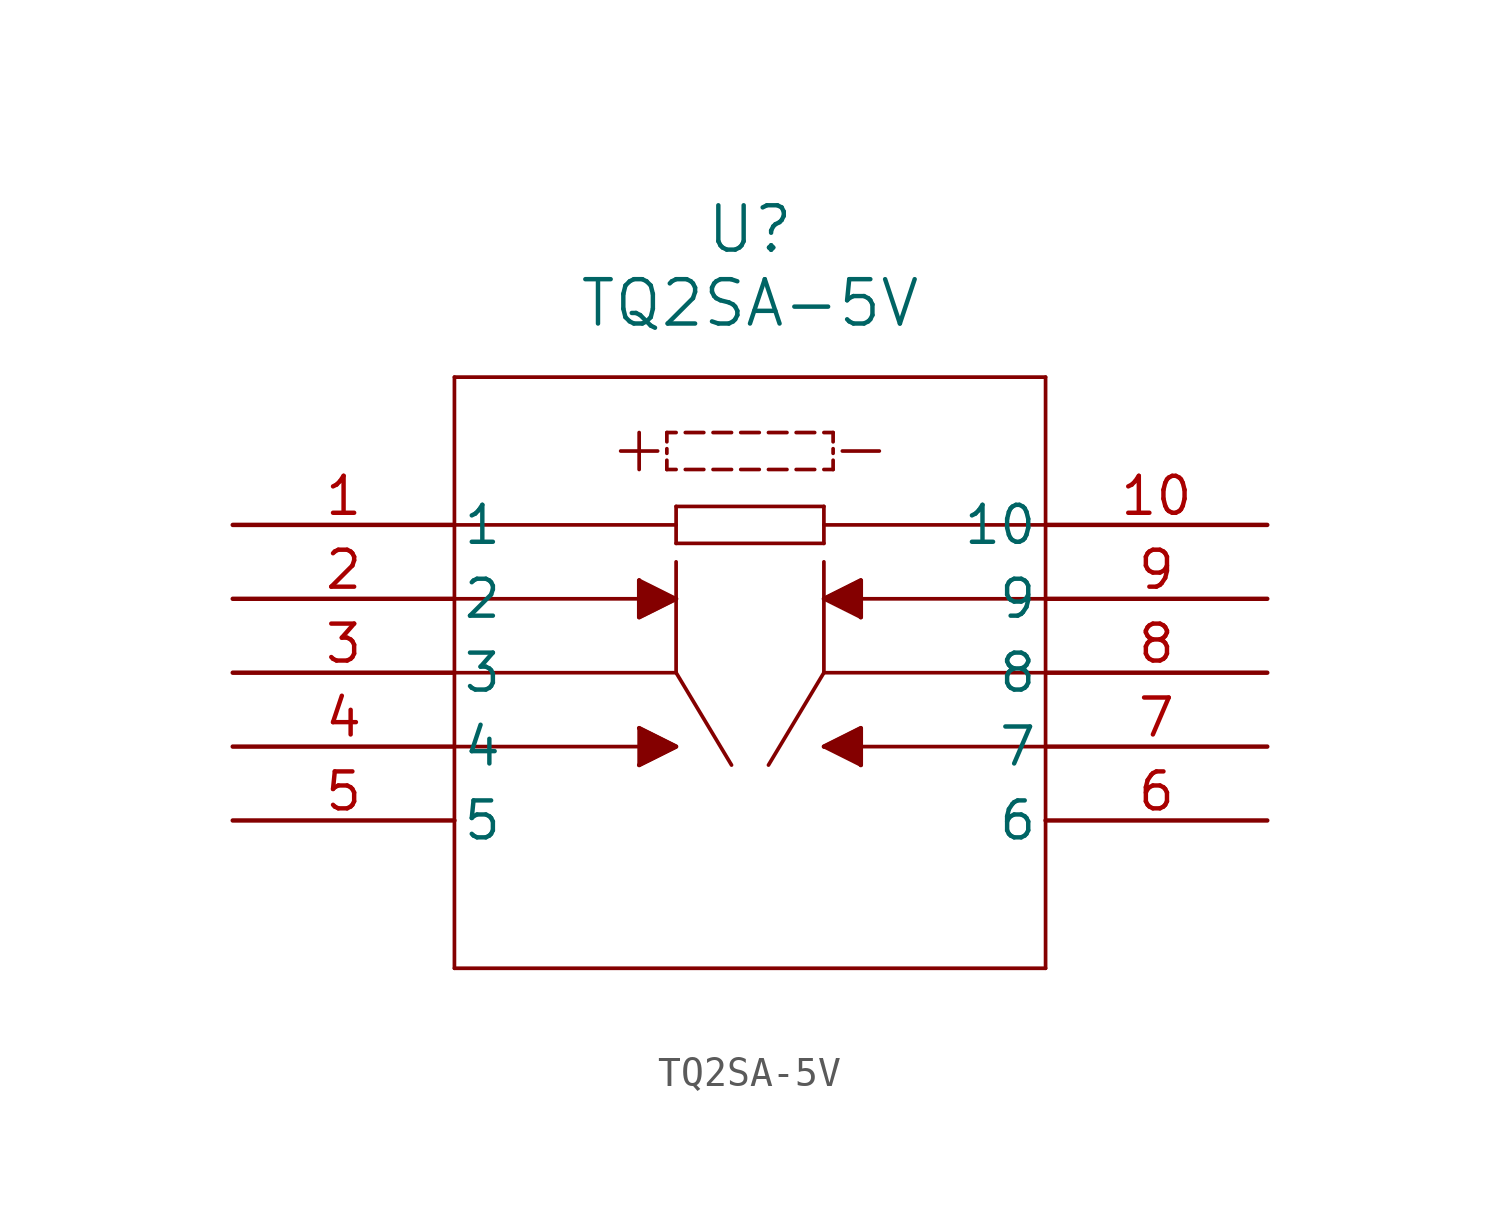
<source format=kicad_sym>
(kicad_symbol_lib
  (version 20211014)
  (generator kicad_symbol_editor)
  (symbol "TQ2SA-5V"
    (pin_names
      (offset 0.254))
    (property "Reference" "U"
      (at 17.78 10.16 0)
      (effects (font (size 1.524 1.524))))
    (property "Value" "TQ2SA-5V"
      (at 17.78 7.62 0)
      (effects (font (size 1.524 1.524))))
    (symbol "TQ2SA-5V_0_1"
      (polyline (pts (xy 7.62 5.08) (xy 7.62 -15.24)) (stroke (width 0.127) (type default) (color 0 0 0 0)) (fill (type none)))
      (polyline (pts (xy 7.62 -15.24) (xy 27.94 -15.24)) (stroke (width 0.127) (type default) (color 0 0 0 0)) (fill (type none)))
      (polyline (pts (xy 27.94 -15.24) (xy 27.94 5.08)) (stroke (width 0.127) (type default) (color 0 0 0 0)) (fill (type none)))
      (polyline (pts (xy 27.94 5.08) (xy 7.62 5.08)) (stroke (width 0.127) (type default) (color 0 0 0 0)) (fill (type none)))
      (polyline (pts (xy 15.24 0.635) (xy 15.24 -0.635)) (stroke (width 0.127) (type default) (color 0 0 0 0)) (fill (type none)))
      (polyline (pts (xy 15.24 0.635) (xy 20.32 0.635)) (stroke (width 0.127) (type default) (color 0 0 0 0)) (fill (type none)))
      (polyline (pts (xy 20.32 0.635) (xy 20.32 -0.635)) (stroke (width 0.127) (type default) (color 0 0 0 0)) (fill (type none)))
      (polyline (pts (xy 20.32 -0.635) (xy 15.24 -0.635)) (stroke (width 0.127) (type default) (color 0 0 0 0)) (fill (type none)))
      (polyline (pts (xy 15.24 -2.54) (xy 13.97 -1.905)) (stroke (width 0.127) (type default) (color 0 0 0 0)) (fill (type none)))
      (polyline (pts (xy 15.24 -2.54) (xy 13.97 -3.175)) (stroke (width 0.127) (type default) (color 0 0 0 0)) (fill (type none)))
      (polyline (pts (xy 13.97 -1.905) (xy 13.97 -3.175)) (stroke (width 0.127) (type default) (color 0 0 0 0)) (fill (type none)))
      (polyline (pts (xy 15.24 -1.27) (xy 15.24 -5.08)) (stroke (width 0.127) (type default) (color 0 0 0 0)) (fill (type none)))
      (polyline (pts (xy 20.32 -1.27) (xy 20.32 -5.08)) (stroke (width 0.127) (type default) (color 0 0 0 0)) (fill (type none)))
      (polyline (pts (xy 20.32 -2.54) (xy 21.59 -1.905)) (stroke (width 0.127) (type default) (color 0 0 0 0)) (fill (type none)))
      (polyline (pts (xy 20.32 -2.54) (xy 21.59 -3.175)) (stroke (width 0.127) (type default) (color 0 0 0 0)) (fill (type none)))
      (polyline (pts (xy 21.59 -1.905) (xy 21.59 -3.175)) (stroke (width 0.127) (type default) (color 0 0 0 0)) (fill (type none)))
      (polyline (pts (xy 15.24 -7.62) (xy 13.97 -6.985)) (stroke (width 0.127) (type default) (color 0 0 0 0)) (fill (type none)))
      (polyline (pts (xy 13.97 -8.255) (xy 15.24 -7.62)) (stroke (width 0.127) (type default) (color 0 0 0 0)) (fill (type none)))
      (polyline (pts (xy 13.97 -6.985) (xy 13.97 -8.255)) (stroke (width 0.127) (type default) (color 0 0 0 0)) (fill (type none)))
      (polyline (pts (xy 20.32 -7.62) (xy 21.59 -6.985)) (stroke (width 0.127) (type default) (color 0 0 0 0)) (fill (type none)))
      (polyline (pts (xy 21.59 -6.985) (xy 21.59 -8.255)) (stroke (width 0.127) (type default) (color 0 0 0 0)) (fill (type none)))
      (polyline (pts (xy 21.59 -8.255) (xy 20.32 -7.62)) (stroke (width 0.127) (type default) (color 0 0 0 0)) (fill (type none)))
      (polyline (pts (xy 15.24 -5.08) (xy 17.145 -8.255)) (stroke (width 0.127) (type default) (color 0 0 0 0)) (fill (type none)))
      (polyline (pts (xy 18.415 -8.255) (xy 20.32 -5.08)) (stroke (width 0.127) (type default) (color 0 0 0 0)) (fill (type none)))
      (polyline (pts (xy 20.32 -5.08) (xy 27.94 -5.08)) (stroke (width 0.127) (type default) (color 0 0 0 0)) (fill (type none)))
      (polyline (pts (xy 15.24 -5.08) (xy 7.62 -5.08)) (stroke (width 0.127) (type default) (color 0 0 0 0)) (fill (type none)))
      (polyline (pts (xy 13.97 -2.54) (xy 7.62 -2.54)) (stroke (width 0.127) (type default) (color 0 0 0 0)) (fill (type none)))
      (polyline (pts (xy 21.59 -2.54) (xy 27.94 -2.54)) (stroke (width 0.127) (type default) (color 0 0 0 0)) (fill (type none)))
      (polyline (pts (xy 21.59 -7.62) (xy 27.94 -7.62)) (stroke (width 0.127) (type default) (color 0 0 0 0)) (fill (type none)))
      (polyline (pts (xy 13.97 -7.62) (xy 7.62 -7.62)) (stroke (width 0.127) (type default) (color 0 0 0 0)) (fill (type none)))
      (polyline (pts (xy 7.62 0) (xy 15.24 0)) (stroke (width 0.127) (type default) (color 0 0 0 0)) (fill (type none)))
      (polyline (pts (xy 20.32 0) (xy 27.94 0)) (stroke (width 0.127) (type default) (color 0 0 0 0)) (fill (type none)))
      (polyline (pts (xy 13.97 -1.905) (xy 13.97 -3.175) (xy 15.24 -2.54)) (stroke (width 0) (type default) (color 0 0 0 0)) (fill (type outline)))
      (polyline (pts (xy 20.32 -2.54) (xy 21.59 -1.905) (xy 21.59 -3.175)) (stroke (width 0) (type default) (color 0 0 0 0)) (fill (type outline)))
      (polyline (pts (xy 22.86 -5.08)) (stroke (width 0) (type default) (color 0 0 0 0)) (fill (type outline)))
      (polyline (pts (xy 20.32 -7.62) (xy 21.59 -6.985) (xy 21.59 -8.255)) (stroke (width 0) (type default) (color 0 0 0 0)) (fill (type outline)))
      (polyline (pts (xy 13.97 -6.985) (xy 15.24 -7.62) (xy 13.97 -8.255)) (stroke (width 0) (type default) (color 0 0 0 0)) (fill (type outline)))
      (polyline (pts (xy 13.97 1.905) (xy 13.97 3.175)) (stroke (width 0.127) (type default) (color 0 0 0 0)) (fill (type none)))
      (polyline (pts (xy 13.335 2.54) (xy 14.605 2.54)) (stroke (width 0.127) (type default) (color 0 0 0 0)) (fill (type none)))
      (polyline (pts (xy 20.955 2.54) (xy 22.225 2.54)) (stroke (width 0.127) (type default) (color 0 0 0 0)) (fill (type none)))
      (polyline (pts (xy 15.24 3.175) (xy 14.922 3.175)) (stroke (width 0.127) (type default) (color 0 0 0 0)) (fill (type none)))
      (polyline (pts (xy 14.922 2.857) (xy 14.922 3.175)) (stroke (width 0.127) (type default) (color 0 0 0 0)) (fill (type none)))
      (polyline (pts (xy 15.24 1.905) (xy 14.922 1.905)) (stroke (width 0.127) (type default) (color 0 0 0 0)) (fill (type none)))
      (polyline (pts (xy 14.922 2.223) (xy 14.922 1.905)) (stroke (width 0.127) (type default) (color 0 0 0 0)) (fill (type none)))
      (polyline (pts (xy 20.637 2.223) (xy 20.637 1.905)) (stroke (width 0.127) (type default) (color 0 0 0 0)) (fill (type none)))
      (polyline (pts (xy 20.32 1.905) (xy 20.637 1.905)) (stroke (width 0.127) (type default) (color 0 0 0 0)) (fill (type none)))
      (polyline (pts (xy 20.32 3.175) (xy 20.637 3.175)) (stroke (width 0.127) (type default) (color 0 0 0 0)) (fill (type none)))
      (polyline (pts (xy 20.637 3.175) (xy 20.637 2.857)) (stroke (width 0.127) (type default) (color 0 0 0 0)) (fill (type none)))
      (polyline (pts (xy 15.557 3.175) (xy 16.192 3.175)) (stroke (width 0.127) (type default) (color 0 0 0 0)) (fill (type none)))
      (polyline (pts (xy 20.003 3.175) (xy 19.367 3.175)) (stroke (width 0.127) (type default) (color 0 0 0 0)) (fill (type none)))
      (polyline (pts (xy 19.05 3.175) (xy 18.415 3.175)) (stroke (width 0.127) (type default) (color 0 0 0 0)) (fill (type none)))
      (polyline (pts (xy 16.51 3.175) (xy 17.145 3.175)) (stroke (width 0.127) (type default) (color 0 0 0 0)) (fill (type none)))
      (polyline (pts (xy 17.462 3.175) (xy 18.098 3.175)) (stroke (width 0.127) (type default) (color 0 0 0 0)) (fill (type none)))
      (polyline (pts (xy 15.557 1.905) (xy 16.192 1.905)) (stroke (width 0.127) (type default) (color 0 0 0 0)) (fill (type none)))
      (polyline (pts (xy 16.51 1.905) (xy 17.145 1.905)) (stroke (width 0.127) (type default) (color 0 0 0 0)) (fill (type none)))
      (polyline (pts (xy 17.462 1.905) (xy 18.098 1.905)) (stroke (width 0.127) (type default) (color 0 0 0 0)) (fill (type none)))
      (polyline (pts (xy 18.415 1.905) (xy 19.05 1.905)) (stroke (width 0.127) (type default) (color 0 0 0 0)) (fill (type none)))
      (polyline (pts (xy 19.367 1.905) (xy 20.003 1.905)) (stroke (width 0.127) (type default) (color 0 0 0 0)) (fill (type none)))
      (polyline (pts (xy 14.922 2.619) (xy 14.922 2.461)) (stroke (width 0.127) (type default) (color 0 0 0 0)) (fill (type none)))
      (polyline (pts (xy 20.637 2.619) (xy 20.637 2.461)) (stroke (width 0.127) (type default) (color 0 0 0 0)) (fill (type none)))
      (pin unspecified line (at 0 0 0) (length 7.62) (name "1" (effects (font (size 1.27 1.27)))) (number "1" (effects (font (size 1.27 1.27)))))
      (pin unspecified line (at 0 -2.54 0) (length 7.62) (name "2" (effects (font (size 1.27 1.27)))) (number "2" (effects (font (size 1.27 1.27)))))
      (pin unspecified line (at 0 -5.08 0) (length 7.62) (name "3" (effects (font (size 1.27 1.27)))) (number "3" (effects (font (size 1.27 1.27)))))
      (pin unspecified line (at 0 -7.62 0) (length 7.62) (name "4" (effects (font (size 1.27 1.27)))) (number "4" (effects (font (size 1.27 1.27)))))
      (pin unspecified line (at 0 -10.16 0) (length 7.62) (name "5" (effects (font (size 1.27 1.27)))) (number "5" (effects (font (size 1.27 1.27)))))
      (pin unspecified line (at 35.56 -10.16 180) (length 7.62) (name "6" (effects (font (size 1.27 1.27)))) (number "6" (effects (font (size 1.27 1.27)))))
      (pin unspecified line (at 35.56 -7.62 180) (length 7.62) (name "7" (effects (font (size 1.27 1.27)))) (number "7" (effects (font (size 1.27 1.27)))))
      (pin unspecified line (at 35.56 -5.08 180) (length 7.62) (name "8" (effects (font (size 1.27 1.27)))) (number "8" (effects (font (size 1.27 1.27)))))
      (pin unspecified line (at 35.56 -2.54 180) (length 7.62) (name "9" (effects (font (size 1.27 1.27)))) (number "9" (effects (font (size 1.27 1.27)))))
      (pin unspecified line (at 35.56 0 180) (length 7.62) (name "10" (effects (font (size 1.27 1.27)))) (number "10" (effects (font (size 1.27 1.27))))))))
</source>
